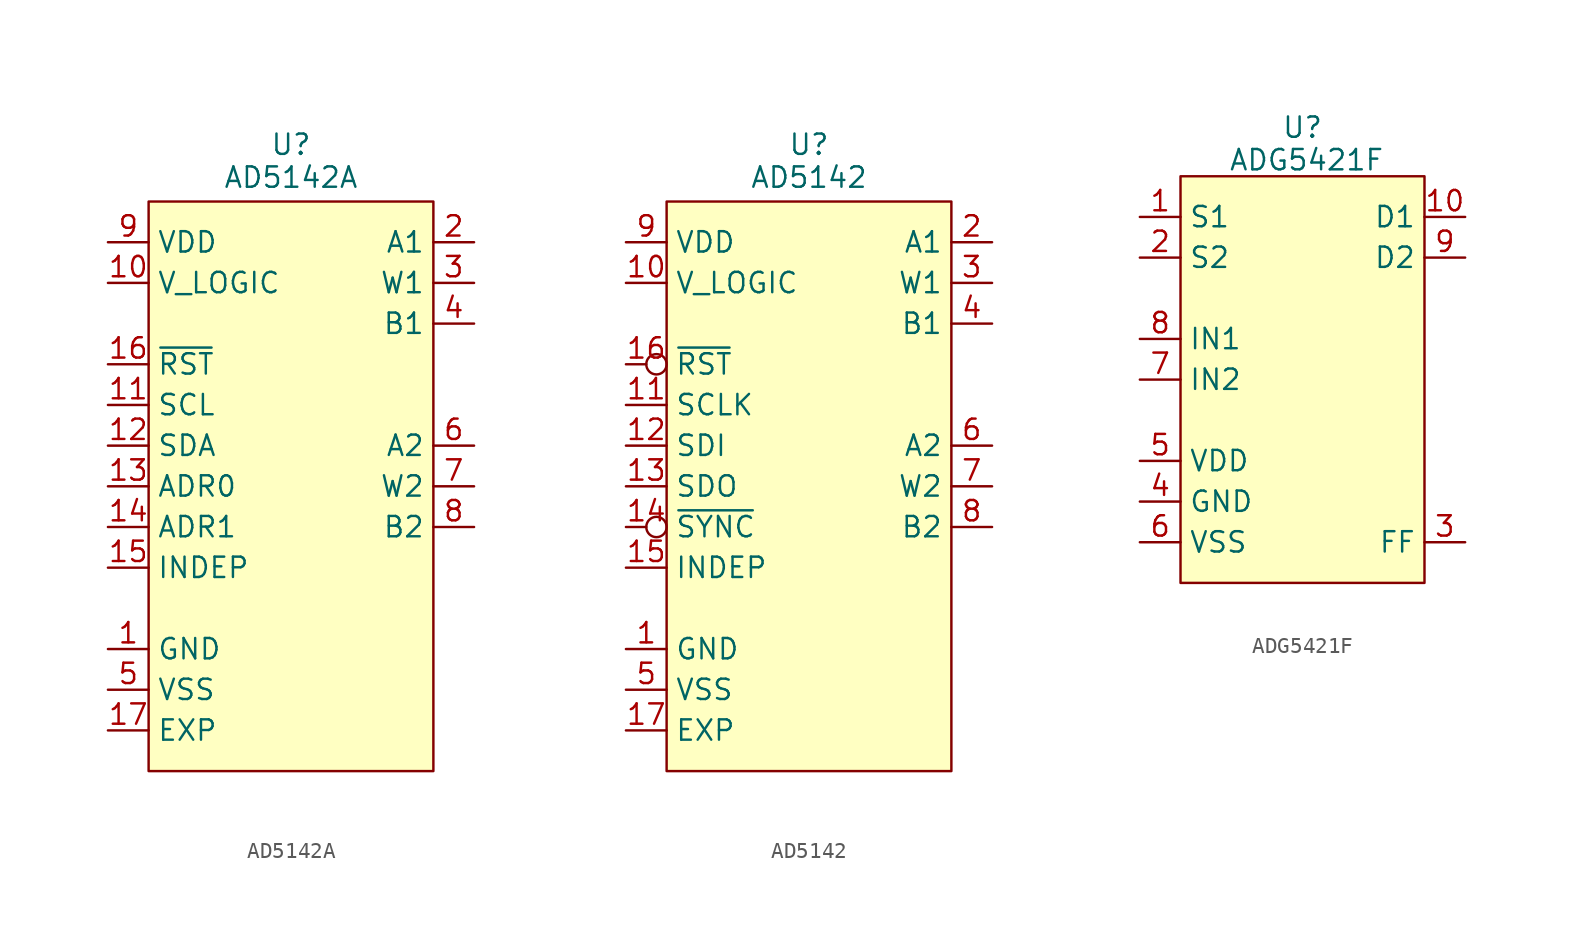
<source format=kicad_sym>
(kicad_symbol_lib
  (version 20231120)
  (generator "kicad_symbol_editor")
  (generator_version "8.0")
  (symbol "AD5142A"
    (property "Reference" "U"
      (at 0 3.556 0)
      (effects (font (size 1.27 1.27))))
    (property "Value" "AD5142A"
      (at 0 0.762 0)
      (effects (font (size 1.27 1.27)) (justify bottom)))
    (symbol "AD5142A_1_1"
      (rectangle (start -8.89 0) (end 8.89 -35.56) (stroke (width 0) (type default)) (fill (type background)))
      (pin passive line (at -11.43 -27.94 0) (length 2.54) (name "GND" (effects (font (size 1.27 1.27)))) (number "1" (effects (font (size 1.27 1.27)))))
      (pin input line (at -11.43 -5.08 0) (length 2.54) (name "V_LOGIC" (effects (font (size 1.27 1.27)))) (number "10" (effects (font (size 1.27 1.27)))))
      (pin input line (at -11.43 -12.7 0) (length 2.54) (name "SCL" (effects (font (size 1.27 1.27)))) (number "11" (effects (font (size 1.27 1.27)))))
      (pin input line (at -11.43 -15.24 0) (length 2.54) (name "SDA" (effects (font (size 1.27 1.27)))) (number "12" (effects (font (size 1.27 1.27)))))
      (pin input line (at -11.43 -17.78 0) (length 2.54) (name "ADR0" (effects (font (size 1.27 1.27)))) (number "13" (effects (font (size 1.27 1.27)))))
      (pin input line (at -11.43 -20.32 0) (length 2.54) (name "ADR1" (effects (font (size 1.27 1.27)))) (number "14" (effects (font (size 1.27 1.27)))))
      (pin input line (at -11.43 -22.86 0) (length 2.54) (name "INDEP" (effects (font (size 1.27 1.27)))) (number "15" (effects (font (size 1.27 1.27)))))
      (pin input line (at -11.43 -10.16 0) (length 2.54) (name "~{RST}" (effects (font (size 1.27 1.27)))) (number "16" (effects (font (size 1.27 1.27)))))
      (pin input line (at -11.43 -33.02 0) (length 2.54) (name "EXP" (effects (font (size 1.27 1.27)))) (number "17" (effects (font (size 1.27 1.27)))))
      (pin bidirectional line (at 11.43 -2.54 180) (length 2.54) (name "A1" (effects (font (size 1.27 1.27)))) (number "2" (effects (font (size 1.27 1.27)))))
      (pin bidirectional line (at 11.43 -5.08 180) (length 2.54) (name "W1" (effects (font (size 1.27 1.27)))) (number "3" (effects (font (size 1.27 1.27)))))
      (pin bidirectional line (at 11.43 -7.62 180) (length 2.54) (name "B1" (effects (font (size 1.27 1.27)))) (number "4" (effects (font (size 1.27 1.27)))))
      (pin power_in line (at -11.43 -30.48 0) (length 2.54) (name "VSS" (effects (font (size 1.27 1.27)))) (number "5" (effects (font (size 1.27 1.27)))))
      (pin bidirectional line (at 11.43 -15.24 180) (length 2.54) (name "A2" (effects (font (size 1.27 1.27)))) (number "6" (effects (font (size 1.27 1.27)))))
      (pin bidirectional line (at 11.43 -17.78 180) (length 2.54) (name "W2" (effects (font (size 1.27 1.27)))) (number "7" (effects (font (size 1.27 1.27)))))
      (pin bidirectional line (at 11.43 -20.32 180) (length 2.54) (name "B2" (effects (font (size 1.27 1.27)))) (number "8" (effects (font (size 1.27 1.27)))))
      (pin power_in line (at -11.43 -2.54 0) (length 2.54) (name "VDD" (effects (font (size 1.27 1.27)))) (number "9" (effects (font (size 1.27 1.27)))))))
  (symbol "AD5142"
    (property "Reference" "U"
      (at 0 3.556 0)
      (effects (font (size 1.27 1.27))))
    (property "Value" "AD5142"
      (at 0 0.762 0)
      (effects (font (size 1.27 1.27)) (justify bottom)))
    (symbol "AD5142_1_1"
      (rectangle (start -8.89 0) (end 8.89 -35.56) (stroke (width 0) (type default)) (fill (type background)))
      (pin passive line (at -11.43 -27.94 0) (length 2.54) (name "GND" (effects (font (size 1.27 1.27)))) (number "1" (effects (font (size 1.27 1.27)))))
      (pin input line (at -11.43 -5.08 0) (length 2.54) (name "V_LOGIC" (effects (font (size 1.27 1.27)))) (number "10" (effects (font (size 1.27 1.27)))))
      (pin input line (at -11.43 -12.7 0) (length 2.54) (name "SCLK" (effects (font (size 1.27 1.27)))) (number "11" (effects (font (size 1.27 1.27)))))
      (pin input line (at -11.43 -15.24 0) (length 2.54) (name "SDI" (effects (font (size 1.27 1.27)))) (number "12" (effects (font (size 1.27 1.27)))))
      (pin input line (at -11.43 -17.78 0) (length 2.54) (name "SDO" (effects (font (size 1.27 1.27)))) (number "13" (effects (font (size 1.27 1.27)))))
      (pin input inverted (at -11.43 -20.32 0) (length 2.54) (name "~{SYNC}" (effects (font (size 1.27 1.27)))) (number "14" (effects (font (size 1.27 1.27)))))
      (pin input line (at -11.43 -22.86 0) (length 2.54) (name "INDEP" (effects (font (size 1.27 1.27)))) (number "15" (effects (font (size 1.27 1.27)))))
      (pin input inverted (at -11.43 -10.16 0) (length 2.54) (name "~{RST}" (effects (font (size 1.27 1.27)))) (number "16" (effects (font (size 1.27 1.27)))))
      (pin input line (at -11.43 -33.02 0) (length 2.54) (name "EXP" (effects (font (size 1.27 1.27)))) (number "17" (effects (font (size 1.27 1.27)))))
      (pin bidirectional line (at 11.43 -2.54 180) (length 2.54) (name "A1" (effects (font (size 1.27 1.27)))) (number "2" (effects (font (size 1.27 1.27)))))
      (pin bidirectional line (at 11.43 -5.08 180) (length 2.54) (name "W1" (effects (font (size 1.27 1.27)))) (number "3" (effects (font (size 1.27 1.27)))))
      (pin bidirectional line (at 11.43 -7.62 180) (length 2.54) (name "B1" (effects (font (size 1.27 1.27)))) (number "4" (effects (font (size 1.27 1.27)))))
      (pin power_in line (at -11.43 -30.48 0) (length 2.54) (name "VSS" (effects (font (size 1.27 1.27)))) (number "5" (effects (font (size 1.27 1.27)))))
      (pin bidirectional line (at 11.43 -15.24 180) (length 2.54) (name "A2" (effects (font (size 1.27 1.27)))) (number "6" (effects (font (size 1.27 1.27)))))
      (pin bidirectional line (at 11.43 -17.78 180) (length 2.54) (name "W2" (effects (font (size 1.27 1.27)))) (number "7" (effects (font (size 1.27 1.27)))))
      (pin bidirectional line (at 11.43 -20.32 180) (length 2.54) (name "B2" (effects (font (size 1.27 1.27)))) (number "8" (effects (font (size 1.27 1.27)))))
      (pin power_in line (at -11.43 -2.54 0) (length 2.54) (name "VDD" (effects (font (size 1.27 1.27)))) (number "9" (effects (font (size 1.27 1.27)))))))
  (symbol "ADG5421F"
    (property "Reference" "U"
      (at 0 3.048 0)
      (effects (font (size 1.27 1.27))))
    (property "Value" "ADG5421F"
      (at 0.254 1.016 0)
      (effects (font (size 1.27 1.27))))
    (symbol "ADG5421F_1_1"
      (rectangle (start -7.62 0) (end 7.62 -25.4) (stroke (width 0) (type default)) (fill (type background)))
      (pin bidirectional line (at -10.16 -2.54 0) (length 2.54) (name "S1" (effects (font (size 1.27 1.27)))) (number "1" (effects (font (size 1.27 1.27)))))
      (pin bidirectional line (at 10.16 -2.54 180) (length 2.54) (name "D1" (effects (font (size 1.27 1.27)))) (number "10" (effects (font (size 1.27 1.27)))))
      (pin bidirectional line (at -10.16 -5.08 0) (length 2.54) (name "S2" (effects (font (size 1.27 1.27)))) (number "2" (effects (font (size 1.27 1.27)))))
      (pin open_collector line (at 10.16 -22.86 180) (length 2.54) (name "FF" (effects (font (size 1.27 1.27)))) (number "3" (effects (font (size 1.27 1.27)))))
      (pin passive line (at -10.16 -20.32 0) (length 2.54) (name "GND" (effects (font (size 1.27 1.27)))) (number "4" (effects (font (size 1.27 1.27)))))
      (pin power_in line (at -10.16 -17.78 0) (length 2.54) (name "VDD" (effects (font (size 1.27 1.27)))) (number "5" (effects (font (size 1.27 1.27)))))
      (pin power_in line (at -10.16 -22.86 0) (length 2.54) (name "VSS" (effects (font (size 1.27 1.27)))) (number "6" (effects (font (size 1.27 1.27)))))
      (pin input line (at -10.16 -12.7 0) (length 2.54) (name "IN2" (effects (font (size 1.27 1.27)))) (number "7" (effects (font (size 1.27 1.27)))))
      (pin input line (at -10.16 -10.16 0) (length 2.54) (name "IN1" (effects (font (size 1.27 1.27)))) (number "8" (effects (font (size 1.27 1.27)))))
      (pin bidirectional line (at 10.16 -5.08 180) (length 2.54) (name "D2" (effects (font (size 1.27 1.27)))) (number "9" (effects (font (size 1.27 1.27))))))))
</source>
